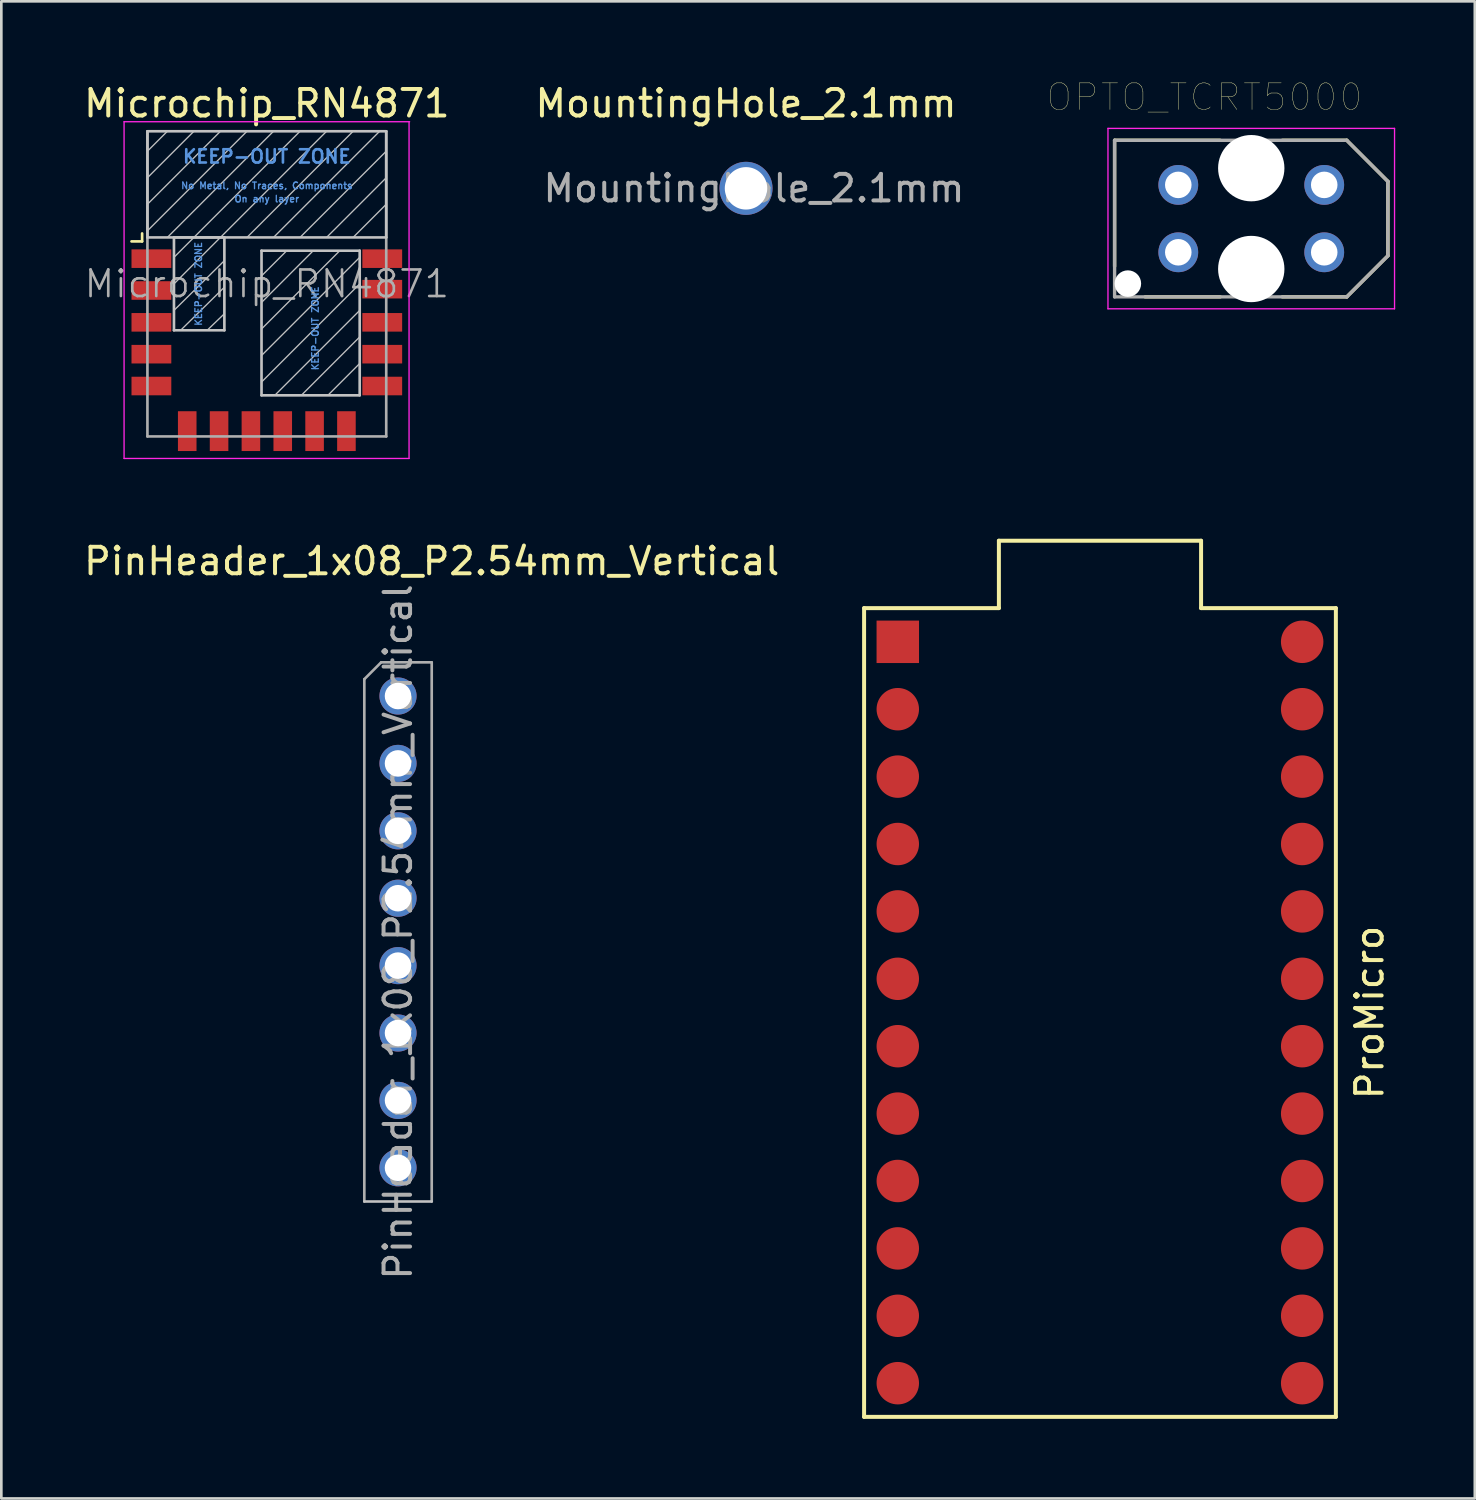
<source format=kicad_pcb>
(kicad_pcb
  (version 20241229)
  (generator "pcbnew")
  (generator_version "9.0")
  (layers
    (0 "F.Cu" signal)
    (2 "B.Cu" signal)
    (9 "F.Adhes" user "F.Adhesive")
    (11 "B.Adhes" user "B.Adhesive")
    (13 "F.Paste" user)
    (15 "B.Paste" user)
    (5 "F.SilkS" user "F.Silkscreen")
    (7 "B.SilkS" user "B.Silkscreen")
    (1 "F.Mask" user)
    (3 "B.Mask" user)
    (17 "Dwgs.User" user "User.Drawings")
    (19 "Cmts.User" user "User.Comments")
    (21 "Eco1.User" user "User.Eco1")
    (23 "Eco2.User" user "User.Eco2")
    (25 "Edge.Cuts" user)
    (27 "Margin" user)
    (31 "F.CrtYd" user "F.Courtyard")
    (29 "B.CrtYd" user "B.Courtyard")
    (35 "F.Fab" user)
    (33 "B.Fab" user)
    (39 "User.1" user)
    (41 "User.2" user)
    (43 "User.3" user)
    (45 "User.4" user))
  (footprint "PinHeader_1x08_P2.54mm_Vertical"
    (layer "F.Cu")
    (at 11.95 23.181)
    (property "Reference" "PinHeader_1x08_P2.54mm_Vertical" (at 1.27 -5.08 0) (layer "F.SilkS") (effects (font (size 1 1) (thickness 0.15))))
    (attr through_hole)
    (fp_line (start -1.27 19.05) (end 1.27 19.05) (stroke (width 0.1) (type solid)) (layer "Dwgs.User"))
    (fp_line (start -1.27 -0.635) (end -0.635 -1.27) (stroke (width 0.1) (type solid)) (layer "F.Fab"))
    (fp_line (start -1.27 19.05) (end -1.27 -0.635) (stroke (width 0.1) (type solid)) (layer "F.Fab"))
    (fp_line (start -0.635 -1.27) (end 1.27 -1.27) (stroke (width 0.1) (type solid)) (layer "F.Fab"))
    (fp_line (start 1.27 -1.27) (end 1.27 19.05) (stroke (width 0.1) (type solid)) (layer "F.Fab"))
    (fp_text user "${REFERENCE}" (at 0 8.89 90) (layer "F.Fab") (effects (font (size 1 1) (thickness 0.15))))
    (pad "1" thru_hole circle (at 0 0) (size 1.4 1.4) (drill 1) (layers "*.Cu" "*.Mask"))
    (pad "2" thru_hole circle (at 0 2.54) (size 1.4 1.4) (drill 1) (layers "*.Cu" "*.Mask"))
    (pad "3" thru_hole circle (at 0 5.08) (size 1.4 1.4) (drill 1) (layers "*.Cu" "*.Mask"))
    (pad "4" thru_hole circle (at 0 7.62) (size 1.4 1.4) (drill 1) (layers "*.Cu" "*.Mask"))
    (pad "5" thru_hole circle (at 0 10.16) (size 1.4 1.4) (drill 1) (layers "*.Cu" "*.Mask"))
    (pad "6" thru_hole circle (at 0 12.7) (size 1.4 1.4) (drill 1) (layers "*.Cu" "*.Mask"))
    (pad "7" thru_hole circle (at 0 15.24) (size 1.4 1.4) (drill 1) (layers "*.Cu" "*.Mask"))
    (pad "8" thru_hole circle (at 0 17.78) (size 1.4 1.4) (drill 1) (layers "*.Cu" "*.Mask")))
  (footprint "Microchip_RN4871"
    (layer "F.Cu")
    (at 7.006 10.148)
    (property "Reference" "Microchip_RN4871" (at 0 -9.3 0) (layer "F.SilkS") (effects (font (size 1 1) (thickness 0.15))))
    (attr smd)
    (fp_line (start -5.1 -4.1) (end -4.7 -4.1) (stroke (width 0.1) (type solid)) (layer "F.SilkS"))
    (fp_line (start -4.7 -4.1) (end -4.7 -4.4) (stroke (width 0.1) (type solid)) (layer "F.SilkS"))
    (fp_line (start -4.5 -7.5) (end -3.75 -8.25) (stroke (width 0.05) (type solid)) (layer "Dwgs.User"))
    (fp_line (start -4.5 -6.5) (end -2.75 -8.25) (stroke (width 0.05) (type solid)) (layer "Dwgs.User"))
    (fp_line (start -4.5 -5.5) (end -1.75 -8.25) (stroke (width 0.05) (type solid)) (layer "Dwgs.User"))
    (fp_line (start -4.5 -4.5) (end -0.75 -8.25) (stroke (width 0.05) (type solid)) (layer "Dwgs.User"))
    (fp_line (start -4.5 -4.25) (end -4.5 -8.25) (stroke (width 0.1) (type solid)) (layer "Dwgs.User"))
    (fp_line (start -4.5 -4.25) (end 4.5 -4.25) (stroke (width 0.1) (type solid)) (layer "Dwgs.User"))
    (fp_line (start -3.5 -4.25) (end -3.5 -0.75) (stroke (width 0.1) (type solid)) (layer "Dwgs.User"))
    (fp_line (start -3.5 -4.25) (end -1.6 -4.25) (stroke (width 0.1) (type solid)) (layer "Dwgs.User"))
    (fp_line (start -3.5 -1.5) (end -1.6 -3.375) (stroke (width 0.05) (type solid)) (layer "Dwgs.User"))
    (fp_line (start -3.5 -0.75) (end -1.6 -0.75) (stroke (width 0.1) (type solid)) (layer "Dwgs.User"))
    (fp_line (start -3.25 -0.75) (end -1.6 -2.375) (stroke (width 0.05) (type solid)) (layer "Dwgs.User"))
    (fp_line (start -2.75 -4.25) (end -3.5 -3.5) (stroke (width 0.05) (type solid)) (layer "Dwgs.User"))
    (fp_line (start -2.75 -4.25) (end 1.25 -8.25) (stroke (width 0.05) (type solid)) (layer "Dwgs.User"))
    (fp_line (start -2.25 -0.75) (end -1.6 -1.375) (stroke (width 0.05) (type solid)) (layer "Dwgs.User"))
    (fp_line (start -1.75 -4.25) (end -3.5 -2.5) (stroke (width 0.05) (type solid)) (layer "Dwgs.User"))
    (fp_line (start -1.75 -4.25) (end 2.25 -8.25) (stroke (width 0.05) (type solid)) (layer "Dwgs.User"))
    (fp_line (start -1.6 -0.75) (end -1.6 -4.25) (stroke (width 0.1) (type solid)) (layer "Dwgs.User"))
    (fp_line (start -0.75 -4.25) (end 3.25 -8.25) (stroke (width 0.05) (type solid)) (layer "Dwgs.User"))
    (fp_line (start -0.2 -3.75) (end -0.2 1.7) (stroke (width 0.1) (type solid)) (layer "Dwgs.User"))
    (fp_line (start -0.2 1.7) (end 3.5 1.7) (stroke (width 0.1) (type solid)) (layer "Dwgs.User"))
    (fp_line (start 0.25 -8.25) (end -3.75 -4.25) (stroke (width 0.05) (type solid)) (layer "Dwgs.User"))
    (fp_line (start 0.25 -4.25) (end 4.25 -8.25) (stroke (width 0.05) (type solid)) (layer "Dwgs.User"))
    (fp_line (start 0.3 1.7) (end 3.5 -1.5) (stroke (width 0.05) (type solid)) (layer "Dwgs.User"))
    (fp_line (start 0.75 -3.75) (end -0.2 -2.8) (stroke (width 0.05) (type solid)) (layer "Dwgs.User"))
    (fp_line (start 1.25 -4.25) (end 4.5 -7.5) (stroke (width 0.05) (type solid)) (layer "Dwgs.User"))
    (fp_line (start 1.3 1.7) (end 3.5 -0.5) (stroke (width 0.05) (type solid)) (layer "Dwgs.User"))
    (fp_line (start 1.75 -3.75) (end -0.2 -1.8) (stroke (width 0.05) (type solid)) (layer "Dwgs.User"))
    (fp_line (start 2.25 -4.25) (end 4.5 -6.5) (stroke (width 0.05) (type solid)) (layer "Dwgs.User"))
    (fp_line (start 2.3 1.7) (end 3.5 0.5) (stroke (width 0.05) (type solid)) (layer "Dwgs.User"))
    (fp_line (start 2.75 -3.75) (end -0.2 -0.8) (stroke (width 0.05) (type solid)) (layer "Dwgs.User"))
    (fp_line (start 3.25 -4.25) (end 4.5 -5.5) (stroke (width 0.05) (type solid)) (layer "Dwgs.User"))
    (fp_line (start 3.5 -3.75) (end -0.2 -3.75) (stroke (width 0.1) (type solid)) (layer "Dwgs.User"))
    (fp_line (start 3.5 -3.5) (end -0.2 0.2) (stroke (width 0.05) (type solid)) (layer "Dwgs.User"))
    (fp_line (start 3.5 -2.5) (end -0.2 1.2) (stroke (width 0.05) (type solid)) (layer "Dwgs.User"))
    (fp_line (start 3.5 1.7) (end 3.5 -3.75) (stroke (width 0.1) (type solid)) (layer "Dwgs.User"))
    (fp_line (start 4.5 -8.25) (end -4.5 -8.25) (stroke (width 0.1) (type solid)) (layer "Dwgs.User"))
    (fp_line (start 4.5 -4.25) (end 4.5 -8.25) (stroke (width 0.1) (type solid)) (layer "Dwgs.User"))
    (fp_line (start -5.38 4.08) (end -5.38 -8.61) (stroke (width 0.05) (type solid)) (layer "F.CrtYd"))
    (fp_line (start -5.38 4.08) (end 5.36 4.08) (stroke (width 0.05) (type solid)) (layer "F.CrtYd"))
    (fp_line (start 5.36 4.08) (end 5.36 -8.61) (stroke (width 0.05) (type solid)) (layer "F.CrtYd"))
    (fp_line (start 5.38 -8.61) (end -5.38 -8.61) (stroke (width 0.05) (type solid)) (layer "F.CrtYd"))
    (fp_line (start -4.5 -8.25) (end -4.5 3.25) (stroke (width 0.1) (type solid)) (layer "F.Fab"))
    (fp_line (start -4.5 3.25) (end 4.5 3.25) (stroke (width 0.1) (type solid)) (layer "F.Fab"))
    (fp_line (start 4.5 3.25) (end 4.5 -8.25) (stroke (width 0.1) (type solid)) (layer "F.Fab"))
    (fp_text user "KEEP-OUT ZONE" (at 0 -7.3 0) (layer "Cmts.User") (effects (font (size 0.5 0.5) (thickness 0.1))))
    (fp_text user "KEEP-OUT ZONE" (at -2.575 -2.5 90) (layer "Cmts.User") (effects (font (size 0.25 0.25) (thickness 0.05))))
    (fp_text user "No Metal, No Traces, Components" (at 0 -6.2 0) (layer "Cmts.User") (effects (font (size 0.25 0.25) (thickness 0.05))))
    (fp_text user "On any layer" (at 0 -5.7 0) (layer "Cmts.User") (effects (font (size 0.25 0.25) (thickness 0.05))))
    (fp_text user "KEEP-OUT ZONE" (at 1.825 -0.825 90) (layer "Cmts.User") (effects (font (size 0.25 0.25) (thickness 0.05))))
    (fp_text user "${REFERENCE}" (at 0 -2.5 0) (layer "F.Fab") (effects (font (size 1 1) (thickness 0.1))))
    (pad "1" smd rect (at -4.35 -3.45 90) (size 0.7 1.5) (layers "F.Cu" "F.Mask" "F.Paste"))
    (pad "2" smd rect (at -4.35 -2.25 90) (size 0.7 1.5) (layers "F.Cu" "F.Mask" "F.Paste"))
    (pad "3" smd rect (at -4.35 -1.05 90) (size 0.7 1.5) (layers "F.Cu" "F.Mask" "F.Paste"))
    (pad "4" smd rect (at -4.35 0.15 90) (size 0.7 1.5) (layers "F.Cu" "F.Mask" "F.Paste"))
    (pad "5" smd rect (at -4.35 1.35 90) (size 0.7 1.5) (layers "F.Cu" "F.Mask" "F.Paste"))
    (pad "6" smd rect (at -3 3.05) (size 0.7 1.5) (layers "F.Cu" "F.Mask" "F.Paste"))
    (pad "7" smd rect (at -1.8 3.05) (size 0.7 1.5) (layers "F.Cu" "F.Mask" "F.Paste"))
    (pad "8" smd rect (at -0.6 3.05) (size 0.7 1.5) (layers "F.Cu" "F.Mask" "F.Paste"))
    (pad "9" smd rect (at 0.6 3.05) (size 0.7 1.5) (layers "F.Cu" "F.Mask" "F.Paste"))
    (pad "10" smd rect (at 1.8 3.05) (size 0.7 1.5) (layers "F.Cu" "F.Mask" "F.Paste"))
    (pad "11" smd rect (at 3 3.05) (size 0.7 1.5) (layers "F.Cu" "F.Mask" "F.Paste"))
    (pad "12" smd rect (at 4.35 1.35 90) (size 0.7 1.5) (layers "F.Cu" "F.Mask" "F.Paste"))
    (pad "13" smd rect (at 4.35 0.15 90) (size 0.7 1.5) (layers "F.Cu" "F.Mask" "F.Paste"))
    (pad "14" smd rect (at 4.35 -1.05 90) (size 0.7 1.5) (layers "F.Cu" "F.Mask" "F.Paste"))
    (pad "15" smd rect (at 4.35 -2.3 90) (size 0.7 1.5) (layers "F.Cu" "F.Mask" "F.Paste"))
    (pad "16" smd rect (at 4.35 -3.45 90) (size 0.7 1.5) (layers "F.Cu" "F.Mask" "F.Paste")))
  (footprint "ProMicro"
    (layer "F.Cu")
    (at 38.405 35.108)
    (property "Reference" "ProMicro" (at 10.16 0 270) (layer "F.SilkS") (effects (font (size 1 1) (thickness 0.15))))
    (attr through_hole)
    (fp_line (start -8.89 -15.24) (end -8.89 15.24) (stroke (width 0.15) (type solid)) (layer "F.SilkS"))
    (fp_line (start -8.89 -15.24) (end -3.81 -15.24) (stroke (width 0.15) (type solid)) (layer "F.SilkS"))
    (fp_line (start -3.81 -17.78) (end 3.81 -17.78) (stroke (width 0.15) (type solid)) (layer "F.SilkS"))
    (fp_line (start -3.81 -15.24) (end -3.81 -17.78) (stroke (width 0.15) (type solid)) (layer "F.SilkS"))
    (fp_line (start 3.81 -17.78) (end 3.81 -15.24) (stroke (width 0.15) (type solid)) (layer "F.SilkS"))
    (fp_line (start 3.81 -15.24) (end 8.89 -15.24) (stroke (width 0.15) (type solid)) (layer "F.SilkS"))
    (fp_line (start 8.89 -15.24) (end 8.89 15.24) (stroke (width 0.15) (type solid)) (layer "F.SilkS"))
    (fp_line (start 8.89 15.24) (end -8.89 15.24) (stroke (width 0.15) (type solid)) (layer "F.SilkS"))
    (pad "1" smd rect (at -7.62 -13.97 270) (size 1.6 1.6) (layers "F.Cu" "F.Mask" "F.Paste"))
    (pad "2" smd circle (at -7.62 -11.43 270) (size 1.6 1.6) (layers "F.Cu" "F.Mask" "F.Paste"))
    (pad "3" smd circle (at -7.62 -8.89 270) (size 1.6 1.6) (layers "F.Cu" "F.Mask" "F.Paste"))
    (pad "4" smd circle (at -7.62 -6.35 270) (size 1.6 1.6) (layers "F.Cu" "F.Mask" "F.Paste"))
    (pad "5" smd circle (at -7.62 -3.81 270) (size 1.6 1.6) (layers "F.Cu" "F.Mask" "F.Paste"))
    (pad "6" smd circle (at -7.62 -1.27 270) (size 1.6 1.6) (layers "F.Cu" "F.Mask" "F.Paste"))
    (pad "7" smd circle (at -7.62 1.27 270) (size 1.6 1.6) (layers "F.Cu" "F.Mask" "F.Paste"))
    (pad "8" smd circle (at -7.62 3.81 270) (size 1.6 1.6) (layers "F.Cu" "F.Mask" "F.Paste"))
    (pad "9" smd circle (at -7.62 6.35 270) (size 1.6 1.6) (layers "F.Cu" "F.Mask" "F.Paste"))
    (pad "10" smd circle (at -7.62 8.89 270) (size 1.6 1.6) (layers "F.Cu" "F.Mask" "F.Paste"))
    (pad "11" smd circle (at -7.62 11.43 270) (size 1.6 1.6) (layers "F.Cu" "F.Mask" "F.Paste"))
    (pad "12" smd circle (at -7.62 13.97 270) (size 1.6 1.6) (layers "F.Cu" "F.Mask" "F.Paste"))
    (pad "13" smd circle (at 7.62 13.97 270) (size 1.6 1.6) (layers "F.Cu" "F.Mask" "F.Paste"))
    (pad "14" smd circle (at 7.62 11.43 270) (size 1.6 1.6) (layers "F.Cu" "F.Mask" "F.Paste"))
    (pad "15" smd circle (at 7.62 8.89 270) (size 1.6 1.6) (layers "F.Cu" "F.Mask" "F.Paste"))
    (pad "16" smd circle (at 7.62 6.35 270) (size 1.6 1.6) (layers "F.Cu" "F.Mask" "F.Paste"))
    (pad "17" smd circle (at 7.62 3.81 270) (size 1.6 1.6) (layers "F.Cu" "F.Mask" "F.Paste"))
    (pad "18" smd circle (at 7.62 1.27 270) (size 1.6 1.6) (layers "F.Cu" "F.Mask" "F.Paste"))
    (pad "19" smd circle (at 7.62 -1.27 270) (size 1.6 1.6) (layers "F.Cu" "F.Mask" "F.Paste"))
    (pad "20" smd circle (at 7.62 -3.81 270) (size 1.6 1.6) (layers "F.Cu" "F.Mask" "F.Paste"))
    (pad "21" smd circle (at 7.62 -6.35 270) (size 1.6 1.6) (layers "F.Cu" "F.Mask" "F.Paste"))
    (pad "22" smd circle (at 7.62 -8.89 270) (size 1.6 1.6) (layers "F.Cu" "F.Mask" "F.Paste"))
    (pad "23" smd circle (at 7.62 -11.43 270) (size 1.6 1.6) (layers "F.Cu" "F.Mask" "F.Paste"))
    (pad "24" smd circle (at 7.62 -13.97 270) (size 1.6 1.6) (layers "F.Cu" "F.Mask" "F.Paste")))
  (footprint "MountingHole_2.1mm"
    (layer "F.Cu")
    (at 25.065 4.048)
    (property "Reference" "MountingHole_2.1mm" (at 0 -3.2 0) (layer "F.SilkS") (effects (font (size 1 1) (thickness 0.15))))
    (attr exclude_from_pos_files exclude_from_bom)
    (fp_text user "${REFERENCE}" (at 0.3 0 0) (layer "F.Fab") (effects (font (size 1 1) (thickness 0.15))))
    (pad "0" thru_hole circle (at 0 0) (size 2 2) (drill 1.6) (layers "*.Cu" "*.Mask")))
  (footprint "OPTO_TCRT5000"
    (layer "F.Cu")
    (at 44.106 5.188)
    (property "Reference" "OPTO_TCRT5000" (at -1.764 -4.575 0) (layer "F.SilkS") (effects (font (size 1.004 1.004) (thickness 0.015))))
    (attr through_hole)
    (fp_line (start -5.15 -2.95) (end -1.17 -2.95) (stroke (width 0.127) (type solid)) (layer "F.SilkS"))
    (fp_line (start -5.15 1.8) (end -5.15 -2.95) (stroke (width 0.127) (type solid)) (layer "F.SilkS"))
    (fp_line (start -4 2.95) (end -1.17 2.95) (stroke (width 0.127) (type solid)) (layer "F.SilkS"))
    (fp_line (start 1.17 2.95) (end 3.6 2.95) (stroke (width 0.127) (type solid)) (layer "F.SilkS"))
    (fp_line (start 3.6 -2.95) (end 1.17 -2.95) (stroke (width 0.127) (type solid)) (layer "F.SilkS"))
    (fp_line (start 3.6 -2.95) (end 5.15 -1.4) (stroke (width 0.127) (type solid)) (layer "F.SilkS"))
    (fp_line (start 3.6 2.95) (end 5.15 1.4) (stroke (width 0.127) (type solid)) (layer "F.SilkS"))
    (fp_line (start 5.15 1.4) (end 5.15 -1.4) (stroke (width 0.127) (type solid)) (layer "F.SilkS"))
    (fp_line (start -5.4 -3.4) (end -5.4 3.4) (stroke (width 0.05) (type solid)) (layer "F.CrtYd"))
    (fp_line (start -5.4 3.4) (end 5.4 3.4) (stroke (width 0.05) (type solid)) (layer "F.CrtYd"))
    (fp_line (start 5.4 -3.4) (end -5.4 -3.4) (stroke (width 0.05) (type solid)) (layer "F.CrtYd"))
    (fp_line (start 5.4 3.4) (end 5.4 -3.4) (stroke (width 0.05) (type solid)) (layer "F.CrtYd"))
    (fp_line (start -5.15 -2.95) (end -5.15 2.95) (stroke (width 0.127) (type solid)) (layer "F.Fab"))
    (fp_line (start -5.15 2.95) (end 3.6 2.95) (stroke (width 0.127) (type solid)) (layer "F.Fab"))
    (fp_line (start 3.6 -2.95) (end -5.15 -2.95) (stroke (width 0.127) (type solid)) (layer "F.Fab"))
    (fp_line (start 3.6 -2.95) (end 5.15 -1.4) (stroke (width 0.127) (type solid)) (layer "F.Fab"))
    (fp_line (start 3.6 2.95) (end 5.15 1.4) (stroke (width 0.127) (type solid)) (layer "F.Fab"))
    (fp_line (start 5.15 1.4) (end 5.15 -1.4) (stroke (width 0.127) (type solid)) (layer "F.Fab"))
    (pad "" np_thru_hole circle (at -4.65 2.45) (size 1 1) (drill 1) (layers "*.Cu" "*.Mask"))
    (pad "" np_thru_hole circle (at 0 -1.9) (size 2.5 2.5) (drill 2.5) (layers "*.Cu" "*.Mask"))
    (pad "" np_thru_hole circle (at 0 1.9) (size 2.5 2.5) (drill 2.5) (layers "*.Cu" "*.Mask"))
    (pad "A" thru_hole circle (at 2.75 -1.27) (size 1.5 1.5) (drill 1) (layers "*.Cu" "*.Mask"))
    (pad "CATH" thru_hole circle (at 2.75 1.27) (size 1.5 1.5) (drill 1) (layers "*.Cu" "*.Mask"))
    (pad "COLL" thru_hole circle (at -2.75 -1.27) (size 1.5 1.5) (drill 1) (layers "*.Cu" "*.Mask"))
    (pad "E" thru_hole circle (at -2.75 1.27) (size 1.5 1.5) (drill 1) (layers "*.Cu" "*.Mask")))
  (gr_rect
    (start -3 -3)
    (end 52.531 53.423)
    (stroke (width 0.1) (type default))
    (fill no)
    (layer "Edge.Cuts")))
</source>
